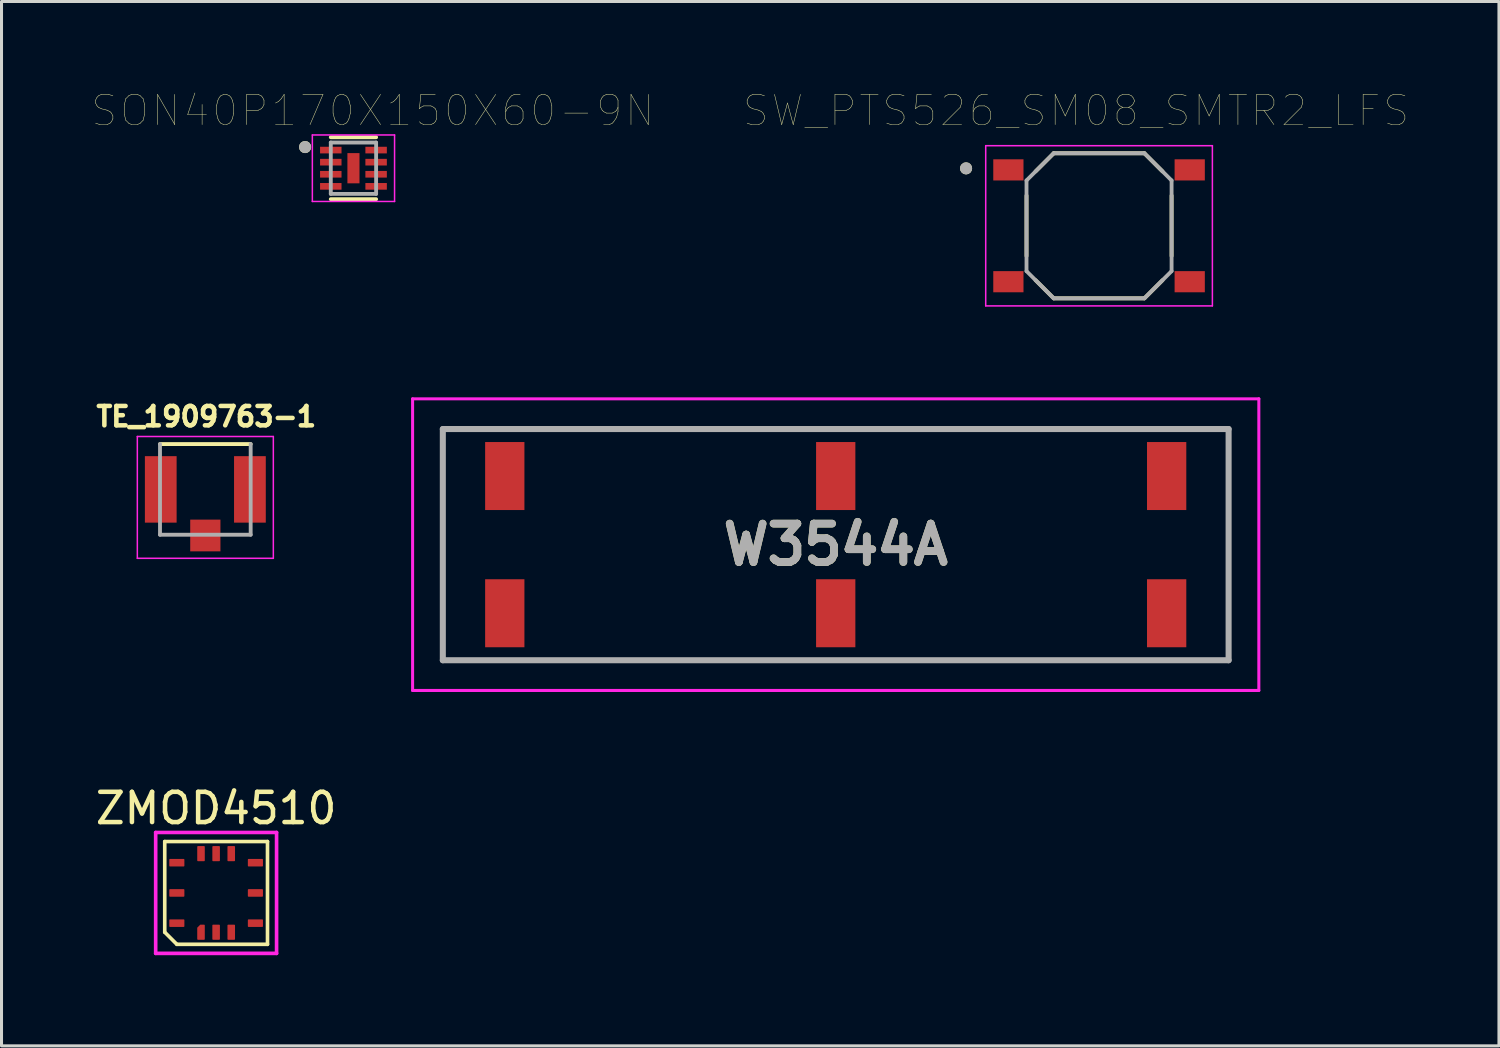
<source format=kicad_pcb>
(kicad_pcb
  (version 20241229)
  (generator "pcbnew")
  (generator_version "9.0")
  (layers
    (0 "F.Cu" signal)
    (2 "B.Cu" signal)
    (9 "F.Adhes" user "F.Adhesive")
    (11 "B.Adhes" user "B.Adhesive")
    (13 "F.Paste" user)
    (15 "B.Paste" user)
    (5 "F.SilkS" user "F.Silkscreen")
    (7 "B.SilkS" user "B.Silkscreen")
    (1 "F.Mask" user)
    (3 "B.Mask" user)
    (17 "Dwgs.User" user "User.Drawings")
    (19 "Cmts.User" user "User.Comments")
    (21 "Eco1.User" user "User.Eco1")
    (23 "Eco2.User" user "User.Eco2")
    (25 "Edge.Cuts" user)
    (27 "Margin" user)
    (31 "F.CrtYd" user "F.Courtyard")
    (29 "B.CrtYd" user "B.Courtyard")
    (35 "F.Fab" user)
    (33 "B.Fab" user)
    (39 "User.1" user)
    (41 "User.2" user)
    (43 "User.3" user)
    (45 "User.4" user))
  (footprint "W3544A"
    (layer "F.Cu")
    (at 24.602 14.971)
    (property "Reference" "W3544A" (at 0 0 0) (layer "F.SilkS") (effects (font (size 1.27 1.27) (thickness 0.254))))
    (attr smd)
    (fp_line (start -13 -3.825) (end 13 -3.825) (stroke (width 0.1) (type solid)) (layer "F.SilkS"))
    (fp_line (start -13 3.825) (end -13 -3.825) (stroke (width 0.1) (type solid)) (layer "F.SilkS"))
    (fp_line (start 13 -3.825) (end 13 3.825) (stroke (width 0.1) (type solid)) (layer "F.SilkS"))
    (fp_line (start 13 3.825) (end -13 3.825) (stroke (width 0.1) (type solid)) (layer "F.SilkS"))
    (fp_line (start -14 -4.825) (end 14 -4.825) (stroke (width 0.1) (type solid)) (layer "F.CrtYd"))
    (fp_line (start -14 4.825) (end -14 -4.825) (stroke (width 0.1) (type solid)) (layer "F.CrtYd"))
    (fp_line (start 14 -4.825) (end 14 4.825) (stroke (width 0.1) (type solid)) (layer "F.CrtYd"))
    (fp_line (start 14 4.825) (end -14 4.825) (stroke (width 0.1) (type solid)) (layer "F.CrtYd"))
    (fp_line (start -13 -3.825) (end 13 -3.825) (stroke (width 0.2) (type solid)) (layer "F.Fab"))
    (fp_line (start -13 3.825) (end -13 -3.825) (stroke (width 0.2) (type solid)) (layer "F.Fab"))
    (fp_line (start 13 -3.825) (end 13 3.825) (stroke (width 0.2) (type solid)) (layer "F.Fab"))
    (fp_line (start 13 3.825) (end -13 3.825) (stroke (width 0.2) (type solid)) (layer "F.Fab"))
    (fp_text user "${REFERENCE}" (at 0 0 0) (layer "F.Fab") (effects (font (size 1.27 1.27) (thickness 0.254))))
    (pad "1" smd rect (at 10.95 -2.27) (size 1.3 2.25) (layers "F.Cu" "F.Mask" "F.Paste"))
    (pad "2" smd rect (at 10.95 2.27) (size 1.3 2.25) (layers "F.Cu" "F.Mask" "F.Paste"))
    (pad "3" smd rect (at 0 2.27) (size 1.3 2.25) (layers "F.Cu" "F.Mask" "F.Paste"))
    (pad "4" smd rect (at -10.95 2.27) (size 1.3 2.25) (layers "F.Cu" "F.Mask" "F.Paste"))
    (pad "5" smd rect (at -10.95 -2.27) (size 1.3 2.25) (layers "F.Cu" "F.Mask" "F.Paste"))
    (pad "6" smd rect (at 0 -2.27) (size 1.3 2.25) (layers "F.Cu" "F.Mask" "F.Paste")))
  (footprint "ZMOD4510"
    (layer "F.Cu")
    (at 4.101 26.495)
    (property "Reference" "ZMOD4510" (at 0 -2.8 0) (unlocked yes) (layer "F.SilkS") (effects (font (size 1 1) (thickness 0.15))))
    (attr smd)
    (fp_line (start -1.7 -1.7) (end 1.7 -1.7) (stroke (width 0.12) (type solid)) (layer "F.SilkS"))
    (fp_line (start -1.7 1.3) (end -1.7 -1.7) (stroke (width 0.12) (type solid)) (layer "F.SilkS"))
    (fp_line (start -1.7 1.3) (end -1.3 1.7) (stroke (width 0.12) (type solid)) (layer "F.SilkS"))
    (fp_line (start 1.7 -1.7) (end 1.7 1.7) (stroke (width 0.12) (type solid)) (layer "F.SilkS"))
    (fp_line (start 1.7 1.7) (end -1.3 1.7) (stroke (width 0.12) (type solid)) (layer "F.SilkS"))
    (fp_line (start -2 -2) (end 2 -2) (stroke (width 0.12) (type solid)) (layer "F.CrtYd"))
    (fp_line (start -2 2) (end -2 -2) (stroke (width 0.12) (type solid)) (layer "F.CrtYd"))
    (fp_line (start 2 -2) (end 2 2) (stroke (width 0.12) (type solid)) (layer "F.CrtYd"))
    (fp_line (start 2 2) (end -2 2) (stroke (width 0.12) (type solid)) (layer "F.CrtYd"))
    (pad "1" smd roundrect (at -0.5 1.3 90) (size 0.5 0.25) (layers "F.Cu" "F.Mask" "F.Paste") (roundrect_rratio 0.1) (chamfer_ratio 0.4) (chamfer top_right))
    (pad "2" smd roundrect (at 0 1.3 90) (size 0.5 0.25) (layers "F.Cu" "F.Mask" "F.Paste") (roundrect_rratio 0.1))
    (pad "3" smd roundrect (at 0.5 1.3 270) (size 0.5 0.25) (layers "F.Cu" "F.Mask" "F.Paste") (roundrect_rratio 0.1))
    (pad "4" smd roundrect (at 1.3 1) (size 0.5 0.25) (layers "F.Cu" "F.Mask" "F.Paste") (roundrect_rratio 0.1))
    (pad "5" smd roundrect (at 1.3 0) (size 0.5 0.25) (layers "F.Cu" "F.Mask" "F.Paste") (roundrect_rratio 0.1))
    (pad "6" smd roundrect (at 1.3 -1) (size 0.5 0.25) (layers "F.Cu" "F.Mask" "F.Paste") (roundrect_rratio 0.1))
    (pad "7" smd roundrect (at 0.5 -1.3 90) (size 0.5 0.25) (layers "F.Cu" "F.Mask" "F.Paste") (roundrect_rratio 0.1))
    (pad "8" smd roundrect (at 0 -1.3 90) (size 0.5 0.25) (layers "F.Cu" "F.Mask" "F.Paste") (roundrect_rratio 0.1))
    (pad "9" smd roundrect (at -0.5 -1.3 90) (size 0.5 0.25) (layers "F.Cu" "F.Mask" "F.Paste") (roundrect_rratio 0.1))
    (pad "10" smd roundrect (at -1.3 -1 180) (size 0.5 0.25) (layers "F.Cu" "F.Mask" "F.Paste") (roundrect_rratio 0.1))
    (pad "11" smd roundrect (at -1.3 0 180) (size 0.5 0.25) (layers "F.Cu" "F.Mask" "F.Paste") (roundrect_rratio 0.1))
    (pad "12" smd roundrect (at -1.3 1 180) (size 0.5 0.25) (layers "F.Cu" "F.Mask" "F.Paste") (roundrect_rratio 0.1)))
  (footprint "SW_PTS526_SM08_SMTR2_LFS"
    (layer "F.Cu")
    (at 33.315 4.421)
    (property "Reference" "SW_PTS526_SM08_SMTR2_LFS" (at -0.762 -3.81 0) (layer "F.SilkS") (effects (font (size 1 1) (thickness 0.015))))
    (attr through_hole)
    (fp_line (start -2.4 -1) (end -2.4 1) (stroke (width 0.127) (type solid)) (layer "F.SilkS"))
    (fp_line (start -2.1 1.8) (end -1.5 2.4) (stroke (width 0.127) (type solid)) (layer "F.SilkS"))
    (fp_line (start -1.5 -2.4) (end -2.1 -1.8) (stroke (width 0.127) (type solid)) (layer "F.SilkS"))
    (fp_line (start -1.5 2.4) (end 1.5 2.4) (stroke (width 0.127) (type solid)) (layer "F.SilkS"))
    (fp_line (start 1.5 -2.4) (end -1.5 -2.4) (stroke (width 0.127) (type solid)) (layer "F.SilkS"))
    (fp_line (start 1.5 -2.4) (end 2.1 -1.8) (stroke (width 0.127) (type solid)) (layer "F.SilkS"))
    (fp_line (start 1.5 2.4) (end 2.1 1.8) (stroke (width 0.127) (type solid)) (layer "F.SilkS"))
    (fp_line (start 2.4 -1) (end 2.4 1) (stroke (width 0.127) (type solid)) (layer "F.SilkS"))
    (fp_circle (center -4.4 -1.9) (end -4.3 -1.9) (stroke (width 0.2) (type solid)) (fill no) (layer "F.SilkS"))
    (fp_line (start -3.75 -2.65) (end 3.75 -2.65) (stroke (width 0.05) (type solid)) (layer "F.CrtYd"))
    (fp_line (start -3.75 2.65) (end -3.75 -2.65) (stroke (width 0.05) (type solid)) (layer "F.CrtYd"))
    (fp_line (start 3.75 -2.65) (end 3.75 2.65) (stroke (width 0.05) (type solid)) (layer "F.CrtYd"))
    (fp_line (start 3.75 2.65) (end -3.75 2.65) (stroke (width 0.05) (type solid)) (layer "F.CrtYd"))
    (fp_line (start -2.4 -1.5) (end -2.4 1.5) (stroke (width 0.127) (type solid)) (layer "F.Fab"))
    (fp_line (start -1.5 -2.4) (end -2.4 -1.5) (stroke (width 0.127) (type solid)) (layer "F.Fab"))
    (fp_line (start -1.5 -2.4) (end 1.5 -2.4) (stroke (width 0.127) (type solid)) (layer "F.Fab"))
    (fp_line (start -1.5 2.4) (end -2.4 1.5) (stroke (width 0.127) (type solid)) (layer "F.Fab"))
    (fp_line (start -1.5 2.4) (end 1.5 2.4) (stroke (width 0.127) (type solid)) (layer "F.Fab"))
    (fp_line (start 1.5 -2.4) (end 2.4 -1.5) (stroke (width 0.127) (type solid)) (layer "F.Fab"))
    (fp_line (start 1.5 2.4) (end 2.4 1.5) (stroke (width 0.127) (type solid)) (layer "F.Fab"))
    (fp_line (start 2.4 -1.5) (end 2.4 1.5) (stroke (width 0.127) (type solid)) (layer "F.Fab"))
    (fp_circle (center -4.4 -1.9) (end -4.3 -1.9) (stroke (width 0.2) (type solid)) (fill no) (layer "F.Fab"))
    (pad "1" smd rect (at -3 -1.85) (size 1 0.7) (layers "F.Cu" "F.Mask" "F.Paste"))
    (pad "2" smd rect (at 3 -1.85) (size 1 0.7) (layers "F.Cu" "F.Mask" "F.Paste"))
    (pad "3" smd rect (at -3 1.85) (size 1 0.7) (layers "F.Cu" "F.Mask" "F.Paste"))
    (pad "4" smd rect (at 3 1.85) (size 1 0.7) (layers "F.Cu" "F.Mask" "F.Paste")))
  (footprint "SON40P170X150X60-9N"
    (layer "F.Cu")
    (at 8.645 2.516)
    (property "Reference" "SON40P170X150X60-9N" (at 0.635 -1.905 0) (layer "F.SilkS") (effects (font (size 1 1) (thickness 0.015))))
    (attr through_hole)
    (fp_line (start -0.75 -1.024) (end 0.75 -1.024) (stroke (width 0.127) (type solid)) (layer "F.SilkS"))
    (fp_line (start 0.75 1.024) (end -0.75 1.024) (stroke (width 0.127) (type solid)) (layer "F.SilkS"))
    (fp_circle (center -1.6 -0.7) (end -1.5 -0.7) (stroke (width 0.2) (type solid)) (fill no) (layer "F.SilkS"))
    (fp_line (start -1.36 -1.1) (end 1.36 -1.1) (stroke (width 0.05) (type solid)) (layer "F.CrtYd"))
    (fp_line (start -1.36 1.1) (end -1.36 -1.1) (stroke (width 0.05) (type solid)) (layer "F.CrtYd"))
    (fp_line (start 1.36 -1.1) (end 1.36 1.1) (stroke (width 0.05) (type solid)) (layer "F.CrtYd"))
    (fp_line (start 1.36 1.1) (end -1.36 1.1) (stroke (width 0.05) (type solid)) (layer "F.CrtYd"))
    (fp_line (start -0.75 -0.85) (end 0.75 -0.85) (stroke (width 0.127) (type solid)) (layer "F.Fab"))
    (fp_line (start -0.75 0.85) (end -0.75 -0.85) (stroke (width 0.127) (type solid)) (layer "F.Fab"))
    (fp_line (start 0.75 -0.85) (end 0.75 0.85) (stroke (width 0.127) (type solid)) (layer "F.Fab"))
    (fp_line (start 0.75 0.85) (end -0.75 0.85) (stroke (width 0.127) (type solid)) (layer "F.Fab"))
    (fp_circle (center -1.6 -0.7) (end -1.5 -0.7) (stroke (width 0.2) (type solid)) (fill no) (layer "F.Fab"))
    (pad "1" smd rect (at -0.75 -0.6) (size 0.71 0.22) (layers "F.Cu" "F.Mask" "F.Paste"))
    (pad "2" smd rect (at -0.75 -0.2) (size 0.71 0.22) (layers "F.Cu" "F.Mask" "F.Paste"))
    (pad "3" smd rect (at -0.75 0.2) (size 0.71 0.22) (layers "F.Cu" "F.Mask" "F.Paste"))
    (pad "4" smd rect (at -0.75 0.6) (size 0.71 0.22) (layers "F.Cu" "F.Mask" "F.Paste"))
    (pad "5" smd rect (at 0.75 0.6) (size 0.71 0.22) (layers "F.Cu" "F.Mask" "F.Paste"))
    (pad "6" smd rect (at 0.75 0.2) (size 0.71 0.22) (layers "F.Cu" "F.Mask" "F.Paste"))
    (pad "7" smd rect (at 0.75 -0.2) (size 0.71 0.22) (layers "F.Cu" "F.Mask" "F.Paste"))
    (pad "8" smd rect (at 0.75 -0.6) (size 0.71 0.22) (layers "F.Cu" "F.Mask" "F.Paste"))
    (pad "9" smd rect (at 0 0) (size 0.4 1) (layers "F.Cu" "F.Mask" "F.Paste")))
  (footprint "TE_1909763-1"
    (layer "F.Cu")
    (at 3.744 13.143)
    (property "Reference" "TE_1909763-1" (at 0.032 -2.409 0) (layer "F.SilkS") (effects (font (size 0.641 0.641) (thickness 0.15))))
    (attr through_hole)
    (fp_line (start -1.5 -1.5) (end 1.5 -1.5) (stroke (width 0.127) (type solid)) (layer "F.SilkS"))
    (fp_line (start -2.25 -1.75) (end 2.25 -1.75) (stroke (width 0.05) (type solid)) (layer "F.CrtYd"))
    (fp_line (start -2.25 2.28) (end -2.25 -1.75) (stroke (width 0.05) (type solid)) (layer "F.CrtYd"))
    (fp_line (start 2.25 -1.75) (end 2.25 2.28) (stroke (width 0.05) (type solid)) (layer "F.CrtYd"))
    (fp_line (start 2.25 2.28) (end -2.25 2.28) (stroke (width 0.05) (type solid)) (layer "F.CrtYd"))
    (fp_line (start -1.5 1.5) (end -1.5 -1.5) (stroke (width 0.127) (type solid)) (layer "F.Fab"))
    (fp_line (start 1.5 -1.5) (end 1.5 1.5) (stroke (width 0.127) (type solid)) (layer "F.Fab"))
    (fp_line (start 1.5 1.5) (end -1.5 1.5) (stroke (width 0.127) (type solid)) (layer "F.Fab"))
    (pad "1" smd rect (at 0 1.525) (size 1 1.05) (layers "F.Cu" "F.Mask" "F.Paste"))
    (pad "2" smd rect (at -1.475 0) (size 1.05 2.2) (layers "F.Cu" "F.Mask" "F.Paste"))
    (pad "3" smd rect (at 1.475 0) (size 1.05 2.2) (layers "F.Cu" "F.Mask" "F.Paste")))
  (gr_rect
    (start -3 -3)
    (end 46.547 31.555)
    (stroke (width 0.1) (type default))
    (fill no)
    (layer "Edge.Cuts")))
</source>
